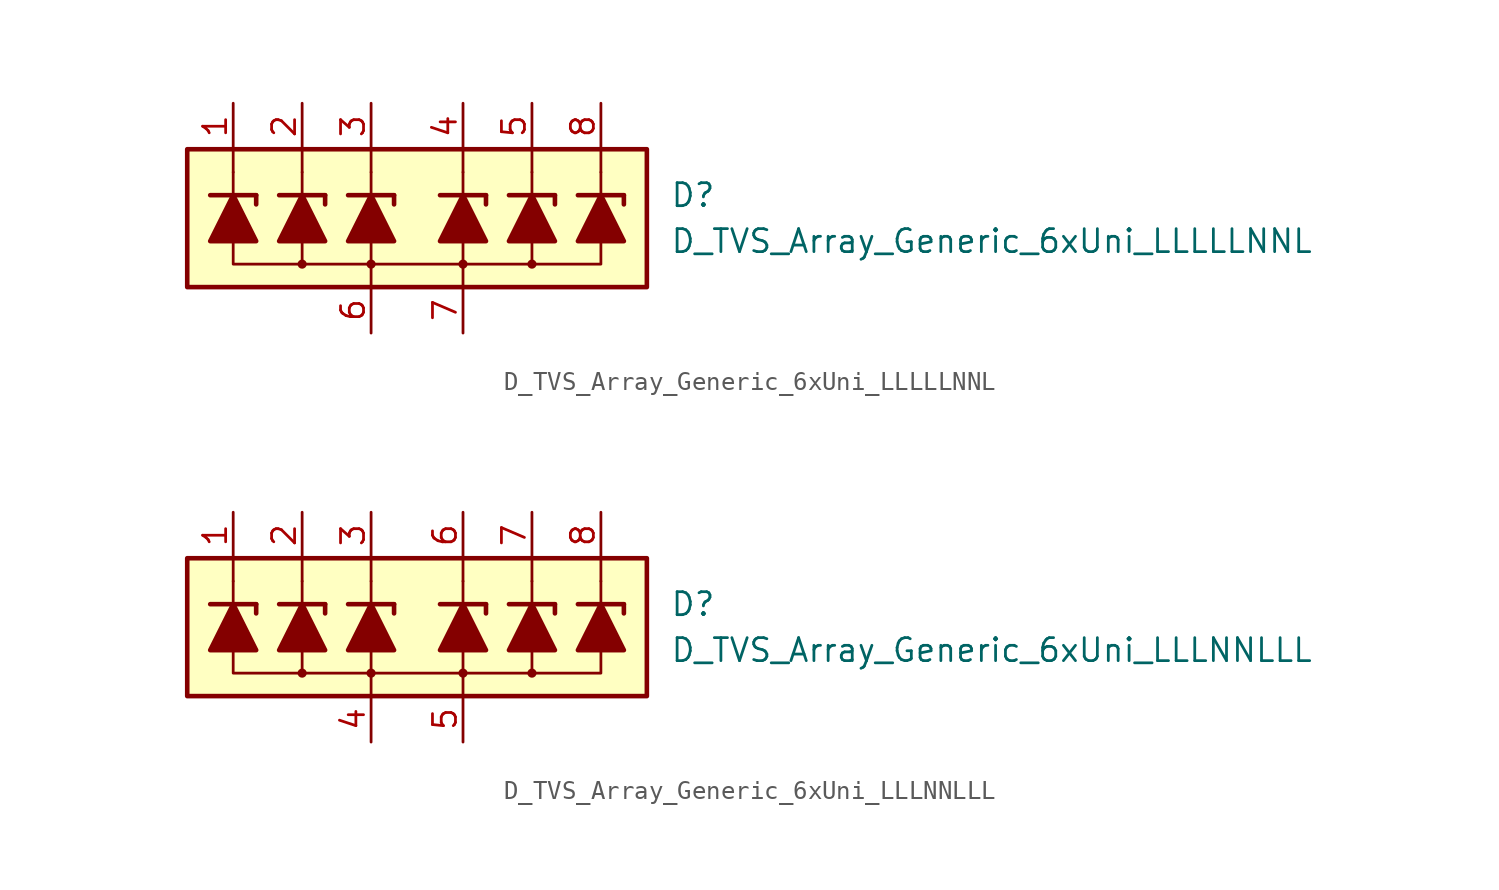
<source format=kicad_sym>
(kicad_symbol_lib
  (version 20231120)
  (generator "kicad_symbol_editor")
  (generator_version "8.0")
  (symbol "D_TVS_Array_Generic_6xUni_LLLLLNNL"
    (pin_names
      (offset 1.016) hide)
    (property "Reference" "D"
      (at 13.97 1.27 0)
      (effects (font (size 1.27 1.27)) (justify left)))
    (property "Value" "D_TVS_Array_Generic_6xUni_LLLLLNNL"
      (at 13.97 -1.27 0)
      (effects (font (size 1.27 1.27)) (justify left)))
    (symbol "D_TVS_Array_Generic_6xUni_LLLLLNNL_0_1"
      (rectangle (start -12.7 3.81) (end 12.7 -3.81) (stroke (width 0.254) (type default)) (fill (type background)))
      (circle (center -2.54 -2.54) (radius 0.178) (stroke (width 0) (type default)) (fill (type outline)))
      (polyline (pts (xy -6.35 -2.54) (xy -6.35 -1.27)) (stroke (width 0) (type default)) (fill (type none)))
      (polyline (pts (xy -6.35 1.27) (xy -6.35 2.54)) (stroke (width 0) (type default)) (fill (type none)))
      (polyline (pts (xy -6.35 2.54) (xy -6.35 3.81)) (stroke (width 0) (type default)) (fill (type none)))
      (polyline (pts (xy -2.54 -3.81) (xy -2.54 -2.54)) (stroke (width 0) (type default)) (fill (type none)))
      (polyline (pts (xy -2.54 -2.54) (xy -2.54 -1.27)) (stroke (width 0) (type default)) (fill (type none)))
      (polyline (pts (xy -2.54 1.27) (xy -2.54 2.54)) (stroke (width 0) (type default)) (fill (type none)))
      (polyline (pts (xy -2.54 2.54) (xy -2.54 3.81)) (stroke (width 0) (type default)) (fill (type none)))
      (polyline (pts (xy 2.54 -2.54) (xy 2.54 -1.27)) (stroke (width 0) (type default)) (fill (type none)))
      (polyline (pts (xy 2.54 1.27) (xy 2.54 2.54)) (stroke (width 0) (type default)) (fill (type none)))
      (polyline (pts (xy 2.54 2.54) (xy 2.54 3.81)) (stroke (width 0) (type default)) (fill (type none)))
      (polyline (pts (xy 6.35 -2.54) (xy 6.35 -1.27)) (stroke (width 0) (type default)) (fill (type none)))
      (polyline (pts (xy 6.35 1.27) (xy 6.35 2.54)) (stroke (width 0) (type default)) (fill (type none)))
      (polyline (pts (xy 6.35 2.54) (xy 6.35 3.81)) (stroke (width 0) (type default)) (fill (type none)))
      (polyline (pts (xy 10.16 -1.27) (xy 10.16 -2.54) (xy -10.16 -2.54) (xy -10.16 -1.27)) (stroke (width 0) (type default)) (fill (type none)))
      (circle (center 2.54 -2.54) (radius 0.178) (stroke (width 0) (type default)) (fill (type outline)))
      (circle (center 6.35 -2.54) (radius 0.178) (stroke (width 0) (type default)) (fill (type outline))))
    (symbol "D_TVS_Array_Generic_6xUni_LLLLLNNL_1_1"
      (circle (center -6.35 -2.54) (radius 0.178) (stroke (width 0) (type default)) (fill (type outline)))
      (polyline (pts (xy -11.43 1.27) (xy -8.89 1.27)) (stroke (width 0.254) (type default)) (fill (type none)))
      (polyline (pts (xy -10.16 -1.27) (xy -10.16 1.27)) (stroke (width 0) (type default)) (fill (type none)))
      (polyline (pts (xy -10.16 1.27) (xy -10.16 2.54)) (stroke (width 0) (type default)) (fill (type none)))
      (polyline (pts (xy -10.16 2.54) (xy -10.16 3.81)) (stroke (width 0) (type default)) (fill (type none)))
      (polyline (pts (xy -8.89 1.27) (xy -8.89 0.762)) (stroke (width 0.254) (type default)) (fill (type none)))
      (polyline (pts (xy -7.62 1.27) (xy -5.08 1.27)) (stroke (width 0.254) (type default)) (fill (type none)))
      (polyline (pts (xy -6.35 -1.27) (xy -6.35 1.27)) (stroke (width 0) (type default)) (fill (type none)))
      (polyline (pts (xy -5.08 1.27) (xy -5.08 0.762)) (stroke (width 0.254) (type default)) (fill (type none)))
      (polyline (pts (xy -3.81 1.27) (xy -1.27 1.27)) (stroke (width 0.254) (type default)) (fill (type none)))
      (polyline (pts (xy -2.54 -1.27) (xy -2.54 1.27)) (stroke (width 0) (type default)) (fill (type none)))
      (polyline (pts (xy -1.27 1.27) (xy -1.27 0.762)) (stroke (width 0.254) (type default)) (fill (type none)))
      (polyline (pts (xy 1.27 1.27) (xy 3.81 1.27)) (stroke (width 0.254) (type default)) (fill (type none)))
      (polyline (pts (xy 2.54 -3.81) (xy 2.54 -2.54)) (stroke (width 0) (type default)) (fill (type none)))
      (polyline (pts (xy 2.54 -1.27) (xy 2.54 1.27)) (stroke (width 0) (type default)) (fill (type none)))
      (polyline (pts (xy 3.81 1.27) (xy 3.81 0.762)) (stroke (width 0.254) (type default)) (fill (type none)))
      (polyline (pts (xy 5.08 1.27) (xy 7.62 1.27)) (stroke (width 0.254) (type default)) (fill (type none)))
      (polyline (pts (xy 6.35 -1.27) (xy 6.35 1.27)) (stroke (width 0) (type default)) (fill (type none)))
      (polyline (pts (xy 7.62 1.27) (xy 7.62 0.762)) (stroke (width 0.254) (type default)) (fill (type none)))
      (polyline (pts (xy 8.89 1.27) (xy 11.43 1.27)) (stroke (width 0.254) (type default)) (fill (type none)))
      (polyline (pts (xy 10.16 -1.27) (xy 10.16 1.27)) (stroke (width 0) (type default)) (fill (type none)))
      (polyline (pts (xy 10.16 1.27) (xy 10.16 2.54)) (stroke (width 0) (type default)) (fill (type none)))
      (polyline (pts (xy 10.16 2.54) (xy 10.16 3.81)) (stroke (width 0) (type default)) (fill (type none)))
      (polyline (pts (xy 11.43 1.27) (xy 11.43 0.762)) (stroke (width 0.254) (type default)) (fill (type none)))
      (polyline (pts (xy -8.89 -1.27) (xy -11.43 -1.27) (xy -10.16 1.27) (xy -8.89 -1.27)) (stroke (width 0.254) (type default)) (fill (type outline)))
      (polyline (pts (xy -5.08 -1.27) (xy -7.62 -1.27) (xy -6.35 1.27) (xy -5.08 -1.27)) (stroke (width 0.254) (type default)) (fill (type outline)))
      (polyline (pts (xy -1.27 -1.27) (xy -3.81 -1.27) (xy -2.54 1.27) (xy -1.27 -1.27)) (stroke (width 0.254) (type default)) (fill (type outline)))
      (polyline (pts (xy 3.81 -1.27) (xy 1.27 -1.27) (xy 2.54 1.27) (xy 3.81 -1.27)) (stroke (width 0.254) (type default)) (fill (type outline)))
      (polyline (pts (xy 7.62 -1.27) (xy 5.08 -1.27) (xy 6.35 1.27) (xy 7.62 -1.27)) (stroke (width 0.254) (type default)) (fill (type outline)))
      (polyline (pts (xy 11.43 -1.27) (xy 8.89 -1.27) (xy 10.16 1.27) (xy 11.43 -1.27)) (stroke (width 0.254) (type default)) (fill (type outline)))
      (pin passive line (at -10.16 6.35 270) (length 2.54) (name "L1" (effects (font (size 1.27 1.27)))) (number "1" (effects (font (size 1.27 1.27)))))
      (pin passive line (at -6.35 6.35 270) (length 2.54) (name "L2" (effects (font (size 1.27 1.27)))) (number "2" (effects (font (size 1.27 1.27)))))
      (pin passive line (at -2.54 6.35 270) (length 2.54) (name "L3" (effects (font (size 1.27 1.27)))) (number "3" (effects (font (size 1.27 1.27)))))
      (pin passive line (at 2.54 6.35 270) (length 2.54) (name "L4" (effects (font (size 1.27 1.27)))) (number "4" (effects (font (size 1.27 1.27)))))
      (pin passive line (at 6.35 6.35 270) (length 2.54) (name "L5" (effects (font (size 1.27 1.27)))) (number "5" (effects (font (size 1.27 1.27)))))
      (pin passive line (at -2.54 -6.35 90) (length 2.54) (name "VN" (effects (font (size 1.27 1.27)))) (number "6" (effects (font (size 1.27 1.27)))))
      (pin passive line (at 2.54 -6.35 90) (length 2.54) (name "VN" (effects (font (size 1.27 1.27)))) (number "7" (effects (font (size 1.27 1.27)))))
      (pin passive line (at 10.16 6.35 270) (length 2.54) (name "L6" (effects (font (size 1.27 1.27)))) (number "8" (effects (font (size 1.27 1.27)))))))
  (symbol "D_TVS_Array_Generic_6xUni_LLLNNLLL"
    (pin_names
      (offset 1.016) hide)
    (property "Reference" "D"
      (at 13.97 1.27 0)
      (effects (font (size 1.27 1.27)) (justify left)))
    (property "Value" "D_TVS_Array_Generic_6xUni_LLLNNLLL"
      (at 13.97 -1.27 0)
      (effects (font (size 1.27 1.27)) (justify left)))
    (symbol "D_TVS_Array_Generic_6xUni_LLLNNLLL_0_1"
      (rectangle (start -12.7 3.81) (end 12.7 -3.81) (stroke (width 0.254) (type default)) (fill (type background)))
      (circle (center -2.54 -2.54) (radius 0.178) (stroke (width 0) (type default)) (fill (type outline)))
      (polyline (pts (xy -6.35 -2.54) (xy -6.35 -1.27)) (stroke (width 0) (type default)) (fill (type none)))
      (polyline (pts (xy -6.35 1.27) (xy -6.35 2.54)) (stroke (width 0) (type default)) (fill (type none)))
      (polyline (pts (xy -6.35 2.54) (xy -6.35 3.81)) (stroke (width 0) (type default)) (fill (type none)))
      (polyline (pts (xy -2.54 -3.81) (xy -2.54 -2.54)) (stroke (width 0) (type default)) (fill (type none)))
      (polyline (pts (xy -2.54 -2.54) (xy -2.54 -1.27)) (stroke (width 0) (type default)) (fill (type none)))
      (polyline (pts (xy -2.54 1.27) (xy -2.54 2.54)) (stroke (width 0) (type default)) (fill (type none)))
      (polyline (pts (xy -2.54 2.54) (xy -2.54 3.81)) (stroke (width 0) (type default)) (fill (type none)))
      (polyline (pts (xy 2.54 -2.54) (xy 2.54 -1.27)) (stroke (width 0) (type default)) (fill (type none)))
      (polyline (pts (xy 2.54 1.27) (xy 2.54 2.54)) (stroke (width 0) (type default)) (fill (type none)))
      (polyline (pts (xy 2.54 2.54) (xy 2.54 3.81)) (stroke (width 0) (type default)) (fill (type none)))
      (polyline (pts (xy 6.35 -2.54) (xy 6.35 -1.27)) (stroke (width 0) (type default)) (fill (type none)))
      (polyline (pts (xy 6.35 1.27) (xy 6.35 2.54)) (stroke (width 0) (type default)) (fill (type none)))
      (polyline (pts (xy 6.35 2.54) (xy 6.35 3.81)) (stroke (width 0) (type default)) (fill (type none)))
      (polyline (pts (xy 10.16 -1.27) (xy 10.16 -2.54) (xy -10.16 -2.54) (xy -10.16 -1.27)) (stroke (width 0) (type default)) (fill (type none)))
      (circle (center 2.54 -2.54) (radius 0.178) (stroke (width 0) (type default)) (fill (type outline)))
      (circle (center 6.35 -2.54) (radius 0.178) (stroke (width 0) (type default)) (fill (type outline))))
    (symbol "D_TVS_Array_Generic_6xUni_LLLNNLLL_1_1"
      (circle (center -6.35 -2.54) (radius 0.178) (stroke (width 0) (type default)) (fill (type outline)))
      (polyline (pts (xy -11.43 1.27) (xy -8.89 1.27)) (stroke (width 0.254) (type default)) (fill (type none)))
      (polyline (pts (xy -10.16 -1.27) (xy -10.16 1.27)) (stroke (width 0) (type default)) (fill (type none)))
      (polyline (pts (xy -10.16 1.27) (xy -10.16 2.54)) (stroke (width 0) (type default)) (fill (type none)))
      (polyline (pts (xy -10.16 2.54) (xy -10.16 3.81)) (stroke (width 0) (type default)) (fill (type none)))
      (polyline (pts (xy -8.89 1.27) (xy -8.89 0.762)) (stroke (width 0.254) (type default)) (fill (type none)))
      (polyline (pts (xy -7.62 1.27) (xy -5.08 1.27)) (stroke (width 0.254) (type default)) (fill (type none)))
      (polyline (pts (xy -6.35 -1.27) (xy -6.35 1.27)) (stroke (width 0) (type default)) (fill (type none)))
      (polyline (pts (xy -5.08 1.27) (xy -5.08 0.762)) (stroke (width 0.254) (type default)) (fill (type none)))
      (polyline (pts (xy -3.81 1.27) (xy -1.27 1.27)) (stroke (width 0.254) (type default)) (fill (type none)))
      (polyline (pts (xy -2.54 -1.27) (xy -2.54 1.27)) (stroke (width 0) (type default)) (fill (type none)))
      (polyline (pts (xy -1.27 1.27) (xy -1.27 0.762)) (stroke (width 0.254) (type default)) (fill (type none)))
      (polyline (pts (xy 1.27 1.27) (xy 3.81 1.27)) (stroke (width 0.254) (type default)) (fill (type none)))
      (polyline (pts (xy 2.54 -3.81) (xy 2.54 -2.54)) (stroke (width 0) (type default)) (fill (type none)))
      (polyline (pts (xy 2.54 -1.27) (xy 2.54 1.27)) (stroke (width 0) (type default)) (fill (type none)))
      (polyline (pts (xy 3.81 1.27) (xy 3.81 0.762)) (stroke (width 0.254) (type default)) (fill (type none)))
      (polyline (pts (xy 5.08 1.27) (xy 7.62 1.27)) (stroke (width 0.254) (type default)) (fill (type none)))
      (polyline (pts (xy 6.35 -1.27) (xy 6.35 1.27)) (stroke (width 0) (type default)) (fill (type none)))
      (polyline (pts (xy 7.62 1.27) (xy 7.62 0.762)) (stroke (width 0.254) (type default)) (fill (type none)))
      (polyline (pts (xy 8.89 1.27) (xy 11.43 1.27)) (stroke (width 0.254) (type default)) (fill (type none)))
      (polyline (pts (xy 10.16 -1.27) (xy 10.16 1.27)) (stroke (width 0) (type default)) (fill (type none)))
      (polyline (pts (xy 10.16 1.27) (xy 10.16 2.54)) (stroke (width 0) (type default)) (fill (type none)))
      (polyline (pts (xy 10.16 2.54) (xy 10.16 3.81)) (stroke (width 0) (type default)) (fill (type none)))
      (polyline (pts (xy 11.43 1.27) (xy 11.43 0.762)) (stroke (width 0.254) (type default)) (fill (type none)))
      (polyline (pts (xy -8.89 -1.27) (xy -11.43 -1.27) (xy -10.16 1.27) (xy -8.89 -1.27)) (stroke (width 0.254) (type default)) (fill (type outline)))
      (polyline (pts (xy -5.08 -1.27) (xy -7.62 -1.27) (xy -6.35 1.27) (xy -5.08 -1.27)) (stroke (width 0.254) (type default)) (fill (type outline)))
      (polyline (pts (xy -1.27 -1.27) (xy -3.81 -1.27) (xy -2.54 1.27) (xy -1.27 -1.27)) (stroke (width 0.254) (type default)) (fill (type outline)))
      (polyline (pts (xy 3.81 -1.27) (xy 1.27 -1.27) (xy 2.54 1.27) (xy 3.81 -1.27)) (stroke (width 0.254) (type default)) (fill (type outline)))
      (polyline (pts (xy 7.62 -1.27) (xy 5.08 -1.27) (xy 6.35 1.27) (xy 7.62 -1.27)) (stroke (width 0.254) (type default)) (fill (type outline)))
      (polyline (pts (xy 11.43 -1.27) (xy 8.89 -1.27) (xy 10.16 1.27) (xy 11.43 -1.27)) (stroke (width 0.254) (type default)) (fill (type outline)))
      (pin passive line (at -10.16 6.35 270) (length 2.54) (name "L1" (effects (font (size 1.27 1.27)))) (number "1" (effects (font (size 1.27 1.27)))))
      (pin passive line (at -6.35 6.35 270) (length 2.54) (name "L2" (effects (font (size 1.27 1.27)))) (number "2" (effects (font (size 1.27 1.27)))))
      (pin passive line (at -2.54 6.35 270) (length 2.54) (name "L3" (effects (font (size 1.27 1.27)))) (number "3" (effects (font (size 1.27 1.27)))))
      (pin passive line (at -2.54 -6.35 90) (length 2.54) (name "VN" (effects (font (size 1.27 1.27)))) (number "4" (effects (font (size 1.27 1.27)))))
      (pin passive line (at 2.54 -6.35 90) (length 2.54) (name "VN" (effects (font (size 1.27 1.27)))) (number "5" (effects (font (size 1.27 1.27)))))
      (pin passive line (at 2.54 6.35 270) (length 2.54) (name "L4" (effects (font (size 1.27 1.27)))) (number "6" (effects (font (size 1.27 1.27)))))
      (pin passive line (at 6.35 6.35 270) (length 2.54) (name "L5" (effects (font (size 1.27 1.27)))) (number "7" (effects (font (size 1.27 1.27)))))
      (pin passive line (at 10.16 6.35 270) (length 2.54) (name "L6" (effects (font (size 1.27 1.27)))) (number "8" (effects (font (size 1.27 1.27))))))))
</source>
